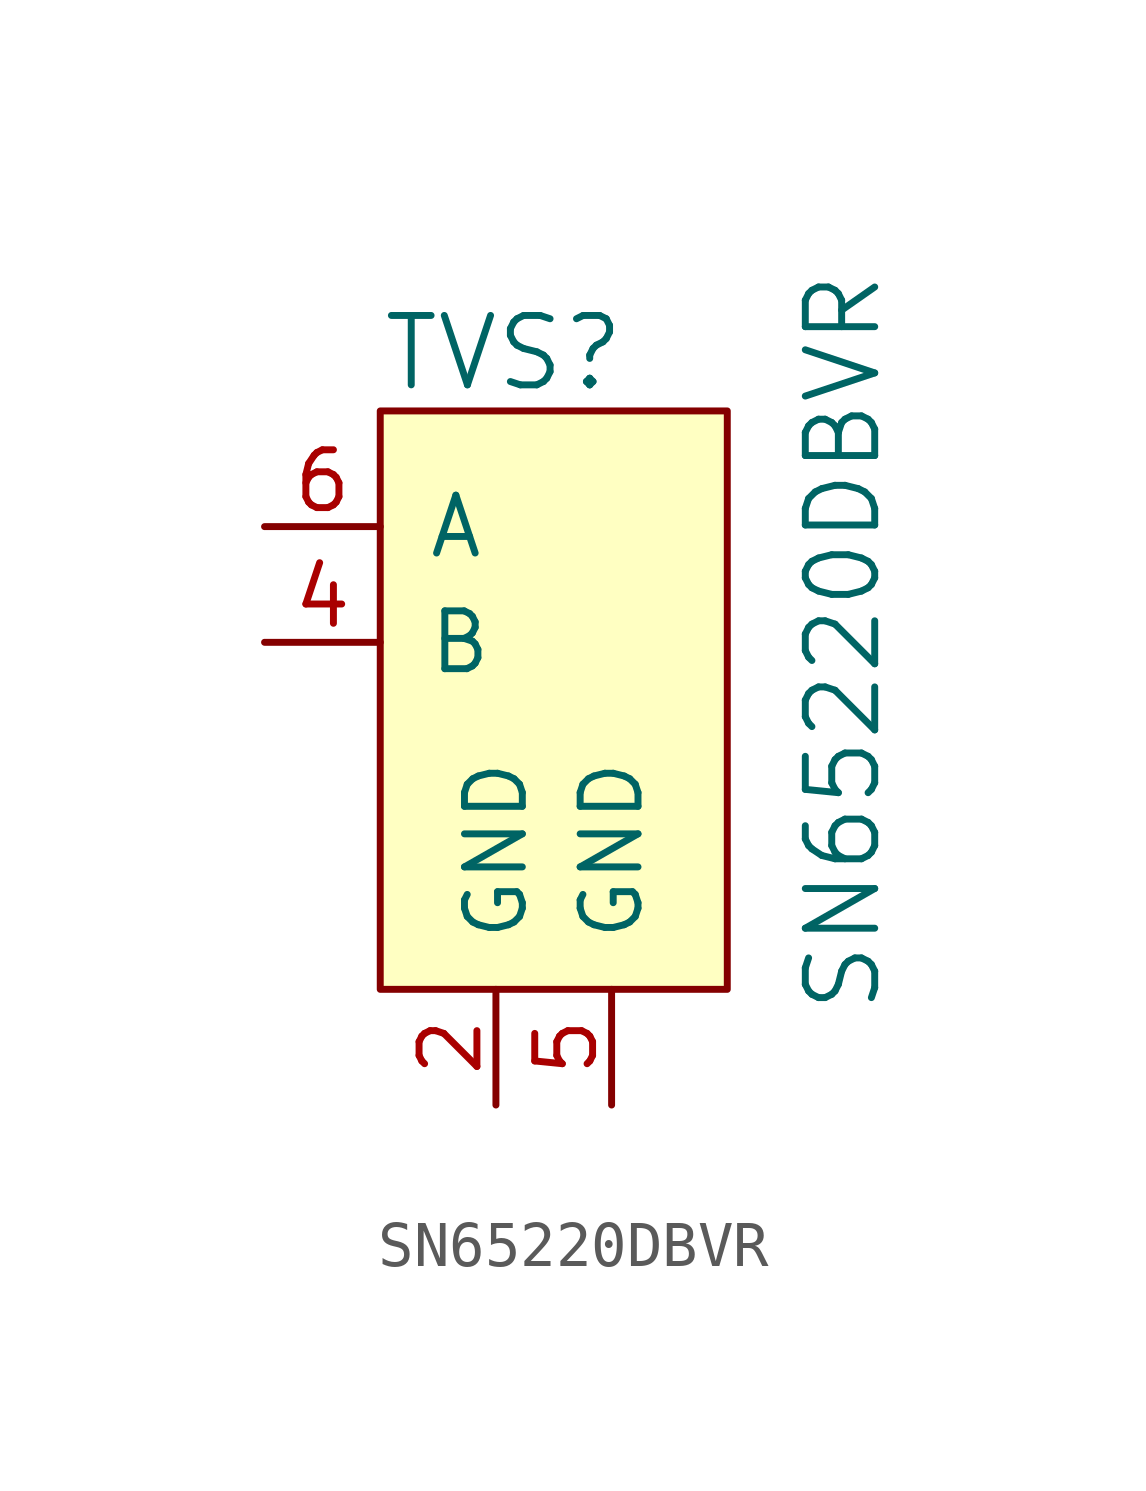
<source format=kicad_sym>
(kicad_symbol_lib
  (version 20201005)
  (generator kicad_symbol_editor)
  (symbol "SN65220DBVR"
    (pin_names
      (offset 1.016))
    (property "Reference" "TVS"
      (at -2.54 6.35 0)
      (effects (font (size 1.524 1.524)) (justify left)))
    (property "Value" "SN65220DBVR"
      (at 7.62 0 90)
      (effects (font (size 1.524 1.524))))
    (symbol "SN65220DBVR_0_1"
      (rectangle (start -2.54 5.08) (end 5.08 -7.62) (stroke (width 0)) (fill (type background))))
    (symbol "SN65220DBVR_1_1"
      (pin no_connect line (at 5.08 2.54 180) (length 2.54) hide (name "NC" (effects (font (size 1.27 1.27)))) (number "1" (effects (font (size 1.27 1.27)))))
      (pin power_in line (at 0 -10.16 90) (length 2.54) (name "GND" (effects (font (size 1.27 1.27)))) (number "2" (effects (font (size 1.27 1.27)))))
      (pin no_connect line (at 5.08 0 180) (length 2.54) hide (name "NC" (effects (font (size 1.27 1.27)))) (number "3" (effects (font (size 1.27 1.27)))))
      (pin input line (at -5.08 0 0) (length 2.54) (name "B" (effects (font (size 1.27 1.27)))) (number "4" (effects (font (size 1.27 1.27)))))
      (pin power_in line (at 2.54 -10.16 90) (length 2.54) (name "GND" (effects (font (size 1.27 1.27)))) (number "5" (effects (font (size 1.27 1.27)))))
      (pin input line (at -5.08 2.54 0) (length 2.54) (name "A" (effects (font (size 1.27 1.27)))) (number "6" (effects (font (size 1.27 1.27))))))))
</source>
